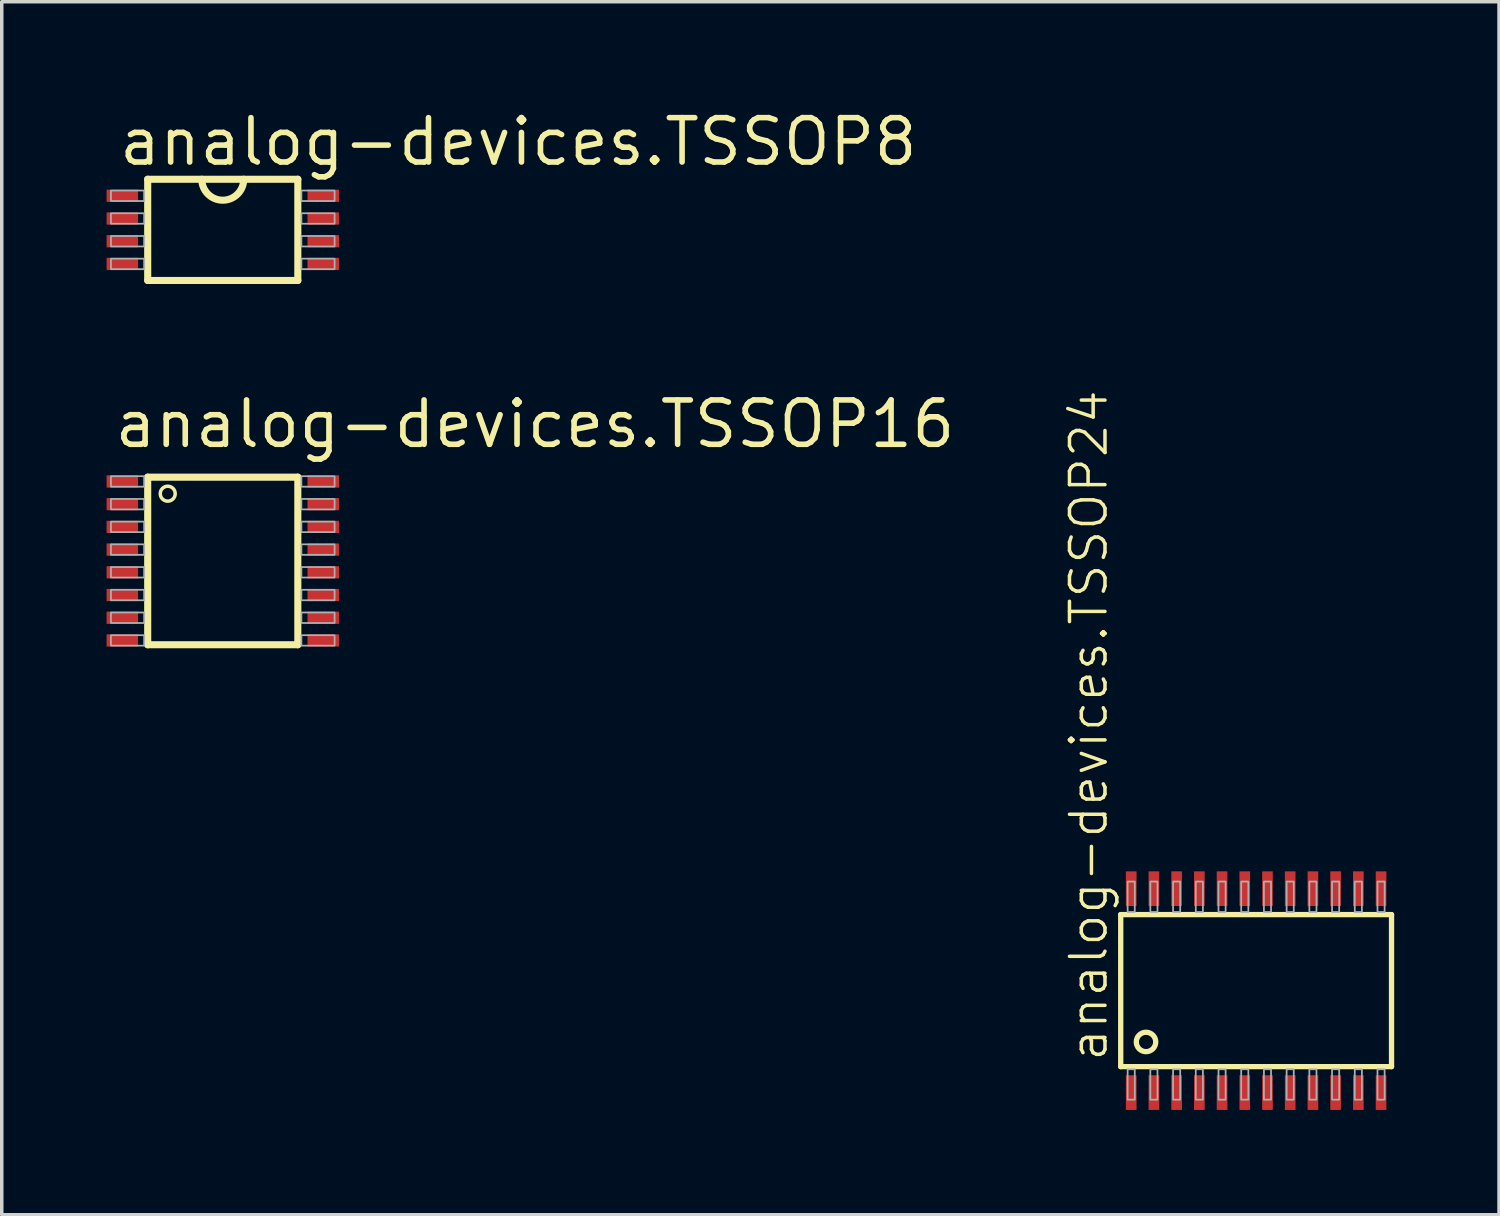
<source format=kicad_pcb>
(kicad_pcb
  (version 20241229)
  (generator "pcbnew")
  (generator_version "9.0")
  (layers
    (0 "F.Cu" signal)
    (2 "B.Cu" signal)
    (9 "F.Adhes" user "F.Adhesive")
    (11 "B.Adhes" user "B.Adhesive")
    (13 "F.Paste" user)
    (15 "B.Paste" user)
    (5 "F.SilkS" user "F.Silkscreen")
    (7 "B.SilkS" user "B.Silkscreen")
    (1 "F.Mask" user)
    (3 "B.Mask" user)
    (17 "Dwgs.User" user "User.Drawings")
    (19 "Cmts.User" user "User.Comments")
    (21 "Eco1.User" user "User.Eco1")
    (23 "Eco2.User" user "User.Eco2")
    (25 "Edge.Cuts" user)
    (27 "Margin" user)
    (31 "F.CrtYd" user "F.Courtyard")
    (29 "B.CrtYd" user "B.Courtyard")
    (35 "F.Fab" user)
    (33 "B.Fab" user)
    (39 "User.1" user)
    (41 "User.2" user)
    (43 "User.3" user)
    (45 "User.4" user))
  (footprint "analog-devices.TSSOP8"
    (layer "F.Cu")
    (at 3.325 3.528)
    (property "Reference" "analog-devices.TSSOP8" (at -3.048 -1.778 0) (layer "F.SilkS") (effects (font (size 1.27 1.27) (thickness 0.16)) (justify left bottom)))
    (attr smd)
    (fp_line (start -2.148 -1.448) (end -2.148 1.448) (stroke (width 0.203) (type default)) (layer "F.SilkS"))
    (fp_line (start -2.148 1.448) (end 2.148 1.448) (stroke (width 0.203) (type default)) (layer "F.SilkS"))
    (fp_line (start 2.148 -1.448) (end -2.148 -1.448) (stroke (width 0.203) (type default)) (layer "F.SilkS"))
    (fp_line (start 2.148 1.448) (end 2.148 -1.448) (stroke (width 0.203) (type default)) (layer "F.SilkS"))
    (fp_arc (start 0.6 -1.4484) (mid 0 -0.8484) (end -0.6 -1.4484) (stroke (width 0.2032) (type default)) (layer "F.SilkS"))
    (fp_rect (start -3.2 -0.825) (end -2.25 -1.125) (stroke (width 0.05) (type default)) (fill no) (layer "F.Fab"))
    (fp_rect (start -3.2 -0.175) (end -2.25 -0.475) (stroke (width 0.05) (type default)) (fill no) (layer "F.Fab"))
    (fp_rect (start -3.2 0.475) (end -2.25 0.175) (stroke (width 0.05) (type default)) (fill no) (layer "F.Fab"))
    (fp_rect (start -3.2 1.125) (end -2.25 0.825) (stroke (width 0.05) (type default)) (fill no) (layer "F.Fab"))
    (fp_rect (start 2.25 -0.825) (end 3.2 -1.125) (stroke (width 0.05) (type default)) (fill no) (layer "F.Fab"))
    (fp_rect (start 2.25 -0.175) (end 3.2 -0.475) (stroke (width 0.05) (type default)) (fill no) (layer "F.Fab"))
    (fp_rect (start 2.25 0.475) (end 3.2 0.175) (stroke (width 0.05) (type default)) (fill no) (layer "F.Fab"))
    (fp_rect (start 2.25 1.125) (end 3.2 0.825) (stroke (width 0.05) (type default)) (fill no) (layer "F.Fab"))
    (pad "1" smd roundrect (at -2.875 -0.975) (size 0.9 0.35) (layers "F.Cu" "F.Mask" "F.Paste") (roundrect_rratio 0.01))
    (pad "2" smd roundrect (at -2.875 -0.325) (size 0.9 0.35) (layers "F.Cu" "F.Mask" "F.Paste") (roundrect_rratio 0.01))
    (pad "3" smd roundrect (at -2.875 0.325) (size 0.9 0.35) (layers "F.Cu" "F.Mask" "F.Paste") (roundrect_rratio 0.01))
    (pad "4" smd roundrect (at -2.875 0.975) (size 0.9 0.35) (layers "F.Cu" "F.Mask" "F.Paste") (roundrect_rratio 0.01))
    (pad "5" smd roundrect (at 2.875 0.975 180) (size 0.9 0.35) (layers "F.Cu" "F.Mask" "F.Paste") (roundrect_rratio 0.01))
    (pad "6" smd roundrect (at 2.875 0.325 180) (size 0.9 0.35) (layers "F.Cu" "F.Mask" "F.Paste") (roundrect_rratio 0.01))
    (pad "7" smd roundrect (at 2.875 -0.325 180) (size 0.9 0.35) (layers "F.Cu" "F.Mask" "F.Paste") (roundrect_rratio 0.01))
    (pad "8" smd roundrect (at 2.875 -0.975 180) (size 0.9 0.35) (layers "F.Cu" "F.Mask" "F.Paste") (roundrect_rratio 0.01)))
  (footprint "analog-devices.TSSOP24"
    (layer "F.Cu")
    (at 32.897 25.299)
    (property "Reference" "analog-devices.TSSOP24" (at -4.196 2.083 90) (layer "F.SilkS") (effects (font (size 1.016 1.016) (thickness 0.1)) (justify left bottom)))
    (attr smd)
    (fp_line (start -3.875 2.175) (end -3.875 -2.175) (stroke (width 0.152) (type default)) (layer "F.SilkS"))
    (fp_line (start -3.875 2.175) (end 3.875 2.175) (stroke (width 0.152) (type default)) (layer "F.SilkS"))
    (fp_line (start 3.875 -2.175) (end -3.875 -2.175) (stroke (width 0.152) (type default)) (layer "F.SilkS"))
    (fp_line (start 3.875 -2.175) (end 3.875 2.175) (stroke (width 0.152) (type default)) (layer "F.SilkS"))
    (fp_circle (center -3.151 1.469) (end -2.873 1.469) (stroke (width 0.152) (type default)) (fill no) (layer "F.SilkS"))
    (fp_rect (start -3.677 -2.25) (end -3.473 -3.121) (stroke (width 0.05) (type default)) (fill no) (layer "F.Fab"))
    (fp_rect (start -3.677 3.121) (end -3.473 2.25) (stroke (width 0.05) (type default)) (fill no) (layer "F.Fab"))
    (fp_rect (start -3.027 -2.25) (end -2.823 -3.121) (stroke (width 0.05) (type default)) (fill no) (layer "F.Fab"))
    (fp_rect (start -3.027 3.121) (end -2.823 2.25) (stroke (width 0.05) (type default)) (fill no) (layer "F.Fab"))
    (fp_rect (start -2.377 -2.25) (end -2.173 -3.121) (stroke (width 0.05) (type default)) (fill no) (layer "F.Fab"))
    (fp_rect (start -2.377 3.121) (end -2.173 2.25) (stroke (width 0.05) (type default)) (fill no) (layer "F.Fab"))
    (fp_rect (start -1.727 -2.25) (end -1.523 -3.121) (stroke (width 0.05) (type default)) (fill no) (layer "F.Fab"))
    (fp_rect (start -1.727 3.121) (end -1.523 2.25) (stroke (width 0.05) (type default)) (fill no) (layer "F.Fab"))
    (fp_rect (start -1.077 -2.25) (end -0.873 -3.121) (stroke (width 0.05) (type default)) (fill no) (layer "F.Fab"))
    (fp_rect (start -1.077 3.121) (end -0.873 2.25) (stroke (width 0.05) (type default)) (fill no) (layer "F.Fab"))
    (fp_rect (start -0.427 -2.25) (end -0.223 -3.121) (stroke (width 0.05) (type default)) (fill no) (layer "F.Fab"))
    (fp_rect (start -0.427 3.121) (end -0.223 2.25) (stroke (width 0.05) (type default)) (fill no) (layer "F.Fab"))
    (fp_rect (start 0.223 -2.25) (end 0.427 -3.121) (stroke (width 0.05) (type default)) (fill no) (layer "F.Fab"))
    (fp_rect (start 0.223 3.121) (end 0.427 2.25) (stroke (width 0.05) (type default)) (fill no) (layer "F.Fab"))
    (fp_rect (start 0.873 -2.25) (end 1.077 -3.121) (stroke (width 0.05) (type default)) (fill no) (layer "F.Fab"))
    (fp_rect (start 0.873 3.121) (end 1.077 2.25) (stroke (width 0.05) (type default)) (fill no) (layer "F.Fab"))
    (fp_rect (start 1.523 -2.25) (end 1.727 -3.121) (stroke (width 0.05) (type default)) (fill no) (layer "F.Fab"))
    (fp_rect (start 1.523 3.121) (end 1.727 2.25) (stroke (width 0.05) (type default)) (fill no) (layer "F.Fab"))
    (fp_rect (start 2.173 -2.25) (end 2.377 -3.121) (stroke (width 0.05) (type default)) (fill no) (layer "F.Fab"))
    (fp_rect (start 2.173 3.121) (end 2.377 2.25) (stroke (width 0.05) (type default)) (fill no) (layer "F.Fab"))
    (fp_rect (start 2.823 -2.25) (end 3.027 -3.121) (stroke (width 0.05) (type default)) (fill no) (layer "F.Fab"))
    (fp_rect (start 2.823 3.121) (end 3.027 2.25) (stroke (width 0.05) (type default)) (fill no) (layer "F.Fab"))
    (fp_rect (start 3.473 -2.25) (end 3.677 -3.121) (stroke (width 0.05) (type default)) (fill no) (layer "F.Fab"))
    (fp_rect (start 3.473 3.121) (end 3.677 2.25) (stroke (width 0.05) (type default)) (fill no) (layer "F.Fab"))
    (pad "1" smd roundrect (at -3.575 2.918) (size 0.305 0.991) (layers "F.Cu" "F.Mask" "F.Paste") (roundrect_rratio 0.01))
    (pad "2" smd roundrect (at -2.925 2.918) (size 0.305 0.991) (layers "F.Cu" "F.Mask" "F.Paste") (roundrect_rratio 0.01))
    (pad "3" smd roundrect (at -2.275 2.918) (size 0.305 0.991) (layers "F.Cu" "F.Mask" "F.Paste") (roundrect_rratio 0.01))
    (pad "4" smd roundrect (at -1.625 2.918) (size 0.305 0.991) (layers "F.Cu" "F.Mask" "F.Paste") (roundrect_rratio 0.01))
    (pad "5" smd roundrect (at -0.975 2.918) (size 0.305 0.991) (layers "F.Cu" "F.Mask" "F.Paste") (roundrect_rratio 0.01))
    (pad "6" smd roundrect (at -0.325 2.918) (size 0.305 0.991) (layers "F.Cu" "F.Mask" "F.Paste") (roundrect_rratio 0.01))
    (pad "7" smd roundrect (at 0.325 2.918) (size 0.305 0.991) (layers "F.Cu" "F.Mask" "F.Paste") (roundrect_rratio 0.01))
    (pad "8" smd roundrect (at 0.975 2.918) (size 0.305 0.991) (layers "F.Cu" "F.Mask" "F.Paste") (roundrect_rratio 0.01))
    (pad "9" smd roundrect (at 1.625 2.918) (size 0.305 0.991) (layers "F.Cu" "F.Mask" "F.Paste") (roundrect_rratio 0.01))
    (pad "10" smd roundrect (at 2.275 2.918) (size 0.305 0.991) (layers "F.Cu" "F.Mask" "F.Paste") (roundrect_rratio 0.01))
    (pad "11" smd roundrect (at 2.925 2.918) (size 0.305 0.991) (layers "F.Cu" "F.Mask" "F.Paste") (roundrect_rratio 0.01))
    (pad "12" smd roundrect (at 3.575 2.918) (size 0.305 0.991) (layers "F.Cu" "F.Mask" "F.Paste") (roundrect_rratio 0.01))
    (pad "13" smd roundrect (at 3.575 -2.918) (size 0.305 0.991) (layers "F.Cu" "F.Mask" "F.Paste") (roundrect_rratio 0.01))
    (pad "14" smd roundrect (at 2.925 -2.918) (size 0.305 0.991) (layers "F.Cu" "F.Mask" "F.Paste") (roundrect_rratio 0.01))
    (pad "15" smd roundrect (at 2.275 -2.918) (size 0.305 0.991) (layers "F.Cu" "F.Mask" "F.Paste") (roundrect_rratio 0.01))
    (pad "16" smd roundrect (at 1.625 -2.918) (size 0.305 0.991) (layers "F.Cu" "F.Mask" "F.Paste") (roundrect_rratio 0.01))
    (pad "17" smd roundrect (at 0.975 -2.918) (size 0.305 0.991) (layers "F.Cu" "F.Mask" "F.Paste") (roundrect_rratio 0.01))
    (pad "18" smd roundrect (at 0.325 -2.918) (size 0.305 0.991) (layers "F.Cu" "F.Mask" "F.Paste") (roundrect_rratio 0.01))
    (pad "19" smd roundrect (at -0.325 -2.918) (size 0.305 0.991) (layers "F.Cu" "F.Mask" "F.Paste") (roundrect_rratio 0.01))
    (pad "20" smd roundrect (at -0.975 -2.918) (size 0.305 0.991) (layers "F.Cu" "F.Mask" "F.Paste") (roundrect_rratio 0.01))
    (pad "21" smd roundrect (at -1.625 -2.918) (size 0.305 0.991) (layers "F.Cu" "F.Mask" "F.Paste") (roundrect_rratio 0.01))
    (pad "22" smd roundrect (at -2.275 -2.918) (size 0.305 0.991) (layers "F.Cu" "F.Mask" "F.Paste") (roundrect_rratio 0.01))
    (pad "23" smd roundrect (at -2.925 -2.918) (size 0.305 0.991) (layers "F.Cu" "F.Mask" "F.Paste") (roundrect_rratio 0.01))
    (pad "24" smd roundrect (at -3.575 -2.918) (size 0.305 0.991) (layers "F.Cu" "F.Mask" "F.Paste") (roundrect_rratio 0.01)))
  (footprint "analog-devices.TSSOP16"
    (layer "F.Cu")
    (at 3.325 13.003)
    (property "Reference" "analog-devices.TSSOP16" (at -3.175 -3.175 0) (layer "F.SilkS") (effects (font (size 1.27 1.27) (thickness 0.16)) (justify left bottom)))
    (attr smd)
    (fp_line (start -2.148 -2.398) (end -2.148 2.398) (stroke (width 0.203) (type default)) (layer "F.SilkS"))
    (fp_line (start -2.148 2.398) (end 2.148 2.398) (stroke (width 0.203) (type default)) (layer "F.SilkS"))
    (fp_line (start 2.148 -2.398) (end -2.148 -2.398) (stroke (width 0.203) (type default)) (layer "F.SilkS"))
    (fp_line (start 2.148 2.398) (end 2.148 -2.398) (stroke (width 0.203) (type default)) (layer "F.SilkS"))
    (fp_circle (center -1.575 -1.925) (end -1.361 -1.925) (stroke (width 0.1) (type default)) (fill no) (layer "F.SilkS"))
    (fp_rect (start -3.2 -2.125) (end -2.25 -2.425) (stroke (width 0.05) (type default)) (fill no) (layer "F.Fab"))
    (fp_rect (start -3.2 -1.475) (end -2.25 -1.775) (stroke (width 0.05) (type default)) (fill no) (layer "F.Fab"))
    (fp_rect (start -3.2 -0.825) (end -2.25 -1.125) (stroke (width 0.05) (type default)) (fill no) (layer "F.Fab"))
    (fp_rect (start -3.2 -0.175) (end -2.25 -0.475) (stroke (width 0.05) (type default)) (fill no) (layer "F.Fab"))
    (fp_rect (start -3.2 0.475) (end -2.25 0.175) (stroke (width 0.05) (type default)) (fill no) (layer "F.Fab"))
    (fp_rect (start -3.2 1.125) (end -2.25 0.825) (stroke (width 0.05) (type default)) (fill no) (layer "F.Fab"))
    (fp_rect (start -3.2 1.775) (end -2.25 1.475) (stroke (width 0.05) (type default)) (fill no) (layer "F.Fab"))
    (fp_rect (start -3.2 2.425) (end -2.25 2.125) (stroke (width 0.05) (type default)) (fill no) (layer "F.Fab"))
    (fp_rect (start 2.25 -2.125) (end 3.2 -2.425) (stroke (width 0.05) (type default)) (fill no) (layer "F.Fab"))
    (fp_rect (start 2.25 -1.475) (end 3.2 -1.775) (stroke (width 0.05) (type default)) (fill no) (layer "F.Fab"))
    (fp_rect (start 2.25 -0.825) (end 3.2 -1.125) (stroke (width 0.05) (type default)) (fill no) (layer "F.Fab"))
    (fp_rect (start 2.25 -0.175) (end 3.2 -0.475) (stroke (width 0.05) (type default)) (fill no) (layer "F.Fab"))
    (fp_rect (start 2.25 0.475) (end 3.2 0.175) (stroke (width 0.05) (type default)) (fill no) (layer "F.Fab"))
    (fp_rect (start 2.25 1.125) (end 3.2 0.825) (stroke (width 0.05) (type default)) (fill no) (layer "F.Fab"))
    (fp_rect (start 2.25 1.775) (end 3.2 1.475) (stroke (width 0.05) (type default)) (fill no) (layer "F.Fab"))
    (fp_rect (start 2.25 2.425) (end 3.2 2.125) (stroke (width 0.05) (type default)) (fill no) (layer "F.Fab"))
    (pad "1" smd roundrect (at -2.875 -2.275) (size 0.9 0.35) (layers "F.Cu" "F.Mask" "F.Paste") (roundrect_rratio 0.01))
    (pad "2" smd roundrect (at -2.875 -1.625) (size 0.9 0.35) (layers "F.Cu" "F.Mask" "F.Paste") (roundrect_rratio 0.01))
    (pad "3" smd roundrect (at -2.875 -0.975) (size 0.9 0.35) (layers "F.Cu" "F.Mask" "F.Paste") (roundrect_rratio 0.01))
    (pad "4" smd roundrect (at -2.875 -0.325) (size 0.9 0.35) (layers "F.Cu" "F.Mask" "F.Paste") (roundrect_rratio 0.01))
    (pad "5" smd roundrect (at -2.875 0.325) (size 0.9 0.35) (layers "F.Cu" "F.Mask" "F.Paste") (roundrect_rratio 0.01))
    (pad "6" smd roundrect (at -2.875 0.975) (size 0.9 0.35) (layers "F.Cu" "F.Mask" "F.Paste") (roundrect_rratio 0.01))
    (pad "7" smd roundrect (at -2.875 1.625) (size 0.9 0.35) (layers "F.Cu" "F.Mask" "F.Paste") (roundrect_rratio 0.01))
    (pad "8" smd roundrect (at -2.875 2.275) (size 0.9 0.35) (layers "F.Cu" "F.Mask" "F.Paste") (roundrect_rratio 0.01))
    (pad "9" smd roundrect (at 2.875 2.275 180) (size 0.9 0.35) (layers "F.Cu" "F.Mask" "F.Paste") (roundrect_rratio 0.01))
    (pad "10" smd roundrect (at 2.875 1.625 180) (size 0.9 0.35) (layers "F.Cu" "F.Mask" "F.Paste") (roundrect_rratio 0.01))
    (pad "11" smd roundrect (at 2.875 0.975 180) (size 0.9 0.35) (layers "F.Cu" "F.Mask" "F.Paste") (roundrect_rratio 0.01))
    (pad "12" smd roundrect (at 2.875 0.325 180) (size 0.9 0.35) (layers "F.Cu" "F.Mask" "F.Paste") (roundrect_rratio 0.01))
    (pad "13" smd roundrect (at 2.875 -0.325 180) (size 0.9 0.35) (layers "F.Cu" "F.Mask" "F.Paste") (roundrect_rratio 0.01))
    (pad "14" smd roundrect (at 2.875 -0.975 180) (size 0.9 0.35) (layers "F.Cu" "F.Mask" "F.Paste") (roundrect_rratio 0.01))
    (pad "15" smd roundrect (at 2.875 -1.625 180) (size 0.9 0.35) (layers "F.Cu" "F.Mask" "F.Paste") (roundrect_rratio 0.01))
    (pad "16" smd roundrect (at 2.875 -2.275 180) (size 0.9 0.35) (layers "F.Cu" "F.Mask" "F.Paste") (roundrect_rratio 0.01)))
  (gr_rect
    (start -3 -3)
    (end 39.848 31.712)
    (stroke (width 0.1) (type default))
    (fill no)
    (layer "Edge.Cuts")))
</source>
